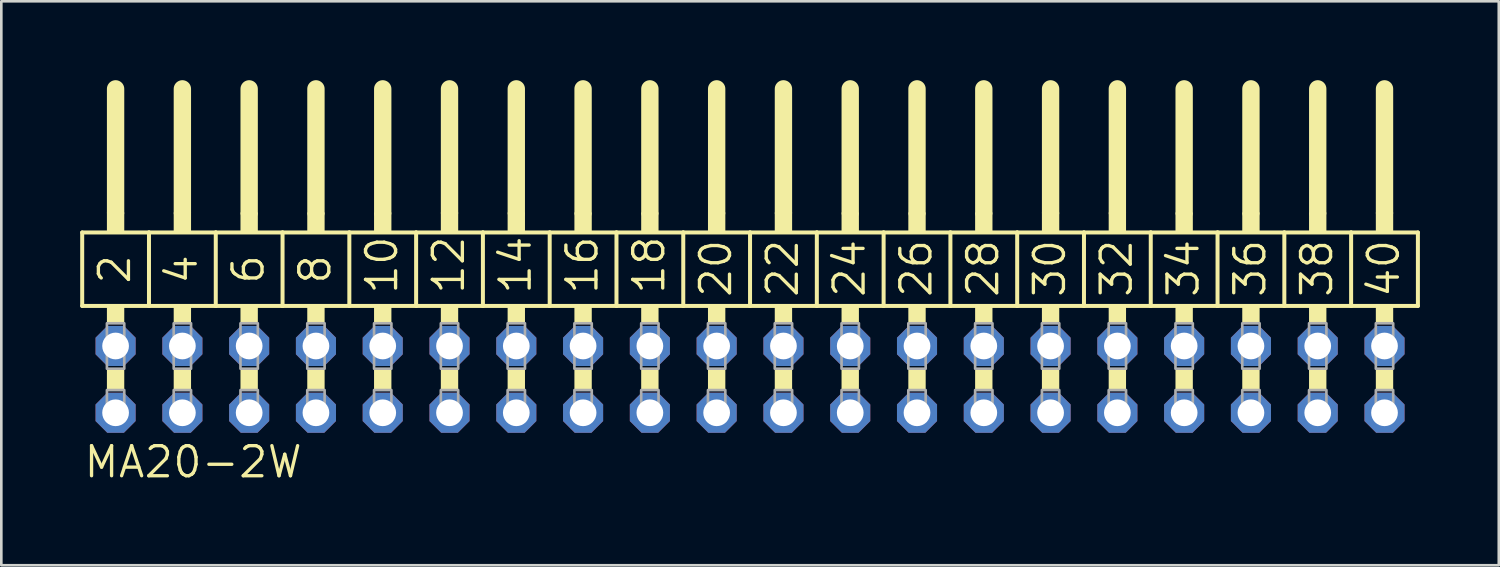
<source format=kicad_pcb>
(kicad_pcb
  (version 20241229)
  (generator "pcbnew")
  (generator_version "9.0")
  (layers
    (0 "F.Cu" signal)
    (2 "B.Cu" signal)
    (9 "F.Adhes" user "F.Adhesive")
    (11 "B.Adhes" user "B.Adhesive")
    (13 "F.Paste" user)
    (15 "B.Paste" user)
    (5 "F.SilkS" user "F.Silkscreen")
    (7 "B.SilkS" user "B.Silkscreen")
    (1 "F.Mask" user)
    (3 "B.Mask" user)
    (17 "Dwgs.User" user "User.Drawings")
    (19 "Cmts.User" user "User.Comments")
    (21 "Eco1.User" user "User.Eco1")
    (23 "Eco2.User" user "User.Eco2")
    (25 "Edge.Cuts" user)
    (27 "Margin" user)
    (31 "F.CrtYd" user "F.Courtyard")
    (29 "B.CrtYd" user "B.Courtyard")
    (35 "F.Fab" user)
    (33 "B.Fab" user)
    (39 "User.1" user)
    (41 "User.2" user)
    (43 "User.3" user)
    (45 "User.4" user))
  (footprint "MA20-2W"
    (layer "F.Cu")
    (at 25.476 11.379)
    (property "Reference" "MA20-2W" (at -25.4 3.81 0) (layer "F.SilkS") (effects (font (size 1.143 1.143) (thickness 0.127)) (justify left bottom)))
    (fp_line (start -25.4 -5.588) (end -22.86 -5.588) (stroke (width 0.152) (type solid)) (layer "F.SilkS"))
    (fp_line (start -25.4 -2.794) (end -25.4 -5.588) (stroke (width 0.152) (type solid)) (layer "F.SilkS"))
    (fp_line (start -24.13 -6.35) (end -24.13 -11.049) (stroke (width 0.66) (type solid)) (layer "F.SilkS"))
    (fp_line (start -22.86 -5.588) (end -20.32 -5.588) (stroke (width 0.152) (type solid)) (layer "F.SilkS"))
    (fp_line (start -22.86 -2.794) (end -25.4 -2.794) (stroke (width 0.152) (type solid)) (layer "F.SilkS"))
    (fp_line (start -22.86 -2.794) (end -22.86 -5.588) (stroke (width 0.152) (type solid)) (layer "F.SilkS"))
    (fp_line (start -22.86 -2.794) (end -20.32 -2.794) (stroke (width 0.152) (type solid)) (layer "F.SilkS"))
    (fp_line (start -21.59 -6.35) (end -21.59 -11.049) (stroke (width 0.66) (type solid)) (layer "F.SilkS"))
    (fp_line (start -20.32 -5.588) (end -17.78 -5.588) (stroke (width 0.152) (type solid)) (layer "F.SilkS"))
    (fp_line (start -20.32 -2.794) (end -20.32 -5.588) (stroke (width 0.152) (type solid)) (layer "F.SilkS"))
    (fp_line (start -19.05 -6.35) (end -19.05 -11.049) (stroke (width 0.66) (type solid)) (layer "F.SilkS"))
    (fp_line (start -17.78 -5.588) (end -15.24 -5.588) (stroke (width 0.152) (type solid)) (layer "F.SilkS"))
    (fp_line (start -17.78 -2.794) (end -20.32 -2.794) (stroke (width 0.152) (type solid)) (layer "F.SilkS"))
    (fp_line (start -17.78 -2.794) (end -17.78 -5.588) (stroke (width 0.152) (type solid)) (layer "F.SilkS"))
    (fp_line (start -16.51 -6.35) (end -16.51 -11.049) (stroke (width 0.66) (type solid)) (layer "F.SilkS"))
    (fp_line (start -15.24 -5.588) (end -12.7 -5.588) (stroke (width 0.152) (type solid)) (layer "F.SilkS"))
    (fp_line (start -15.24 -2.794) (end -17.78 -2.794) (stroke (width 0.152) (type solid)) (layer "F.SilkS"))
    (fp_line (start -15.24 -2.794) (end -15.24 -5.588) (stroke (width 0.152) (type solid)) (layer "F.SilkS"))
    (fp_line (start -13.97 -6.35) (end -13.97 -11.049) (stroke (width 0.66) (type solid)) (layer "F.SilkS"))
    (fp_line (start -12.7 -5.588) (end -10.16 -5.588) (stroke (width 0.152) (type solid)) (layer "F.SilkS"))
    (fp_line (start -12.7 -2.794) (end -15.24 -2.794) (stroke (width 0.152) (type solid)) (layer "F.SilkS"))
    (fp_line (start -12.7 -2.794) (end -12.7 -5.588) (stroke (width 0.152) (type solid)) (layer "F.SilkS"))
    (fp_line (start -11.43 -6.35) (end -11.43 -11.049) (stroke (width 0.66) (type solid)) (layer "F.SilkS"))
    (fp_line (start -10.16 -5.588) (end -7.62 -5.588) (stroke (width 0.152) (type solid)) (layer "F.SilkS"))
    (fp_line (start -10.16 -2.794) (end -12.7 -2.794) (stroke (width 0.152) (type solid)) (layer "F.SilkS"))
    (fp_line (start -10.16 -2.794) (end -10.16 -5.588) (stroke (width 0.152) (type solid)) (layer "F.SilkS"))
    (fp_line (start -10.16 -2.794) (end -7.62 -2.794) (stroke (width 0.152) (type solid)) (layer "F.SilkS"))
    (fp_line (start -8.89 -6.35) (end -8.89 -11.049) (stroke (width 0.66) (type solid)) (layer "F.SilkS"))
    (fp_line (start -7.62 -5.588) (end -5.08 -5.588) (stroke (width 0.152) (type solid)) (layer "F.SilkS"))
    (fp_line (start -7.62 -2.794) (end -7.62 -5.588) (stroke (width 0.152) (type solid)) (layer "F.SilkS"))
    (fp_line (start -6.35 -6.35) (end -6.35 -11.049) (stroke (width 0.66) (type solid)) (layer "F.SilkS"))
    (fp_line (start -5.08 -5.588) (end -2.54 -5.588) (stroke (width 0.152) (type solid)) (layer "F.SilkS"))
    (fp_line (start -5.08 -2.794) (end -7.62 -2.794) (stroke (width 0.152) (type solid)) (layer "F.SilkS"))
    (fp_line (start -5.08 -2.794) (end -5.08 -5.588) (stroke (width 0.152) (type solid)) (layer "F.SilkS"))
    (fp_line (start -3.81 -6.35) (end -3.81 -11.049) (stroke (width 0.66) (type solid)) (layer "F.SilkS"))
    (fp_line (start -2.54 -5.588) (end 0 -5.588) (stroke (width 0.152) (type solid)) (layer "F.SilkS"))
    (fp_line (start -2.54 -2.794) (end -5.08 -2.794) (stroke (width 0.152) (type solid)) (layer "F.SilkS"))
    (fp_line (start -2.54 -2.794) (end -2.54 -5.588) (stroke (width 0.152) (type solid)) (layer "F.SilkS"))
    (fp_line (start -1.27 -6.35) (end -1.27 -11.049) (stroke (width 0.66) (type solid)) (layer "F.SilkS"))
    (fp_line (start 0 -5.588) (end 2.54 -5.588) (stroke (width 0.152) (type solid)) (layer "F.SilkS"))
    (fp_line (start 0 -2.794) (end -2.54 -2.794) (stroke (width 0.152) (type solid)) (layer "F.SilkS"))
    (fp_line (start 0 -2.794) (end 0 -5.588) (stroke (width 0.152) (type solid)) (layer "F.SilkS"))
    (fp_line (start 1.27 -6.35) (end 1.27 -11.049) (stroke (width 0.66) (type solid)) (layer "F.SilkS"))
    (fp_line (start 2.54 -5.588) (end 5.08 -5.588) (stroke (width 0.152) (type solid)) (layer "F.SilkS"))
    (fp_line (start 2.54 -2.794) (end 0 -2.794) (stroke (width 0.152) (type solid)) (layer "F.SilkS"))
    (fp_line (start 2.54 -2.794) (end 2.54 -5.588) (stroke (width 0.152) (type solid)) (layer "F.SilkS"))
    (fp_line (start 2.54 -2.794) (end 5.08 -2.794) (stroke (width 0.152) (type solid)) (layer "F.SilkS"))
    (fp_line (start 3.81 -6.35) (end 3.81 -11.049) (stroke (width 0.66) (type solid)) (layer "F.SilkS"))
    (fp_line (start 5.08 -5.588) (end 7.62 -5.588) (stroke (width 0.152) (type solid)) (layer "F.SilkS"))
    (fp_line (start 5.08 -2.794) (end 5.08 -5.588) (stroke (width 0.152) (type solid)) (layer "F.SilkS"))
    (fp_line (start 6.35 -6.35) (end 6.35 -11.049) (stroke (width 0.66) (type solid)) (layer "F.SilkS"))
    (fp_line (start 7.62 -5.588) (end 10.16 -5.588) (stroke (width 0.152) (type solid)) (layer "F.SilkS"))
    (fp_line (start 7.62 -2.794) (end 5.08 -2.794) (stroke (width 0.152) (type solid)) (layer "F.SilkS"))
    (fp_line (start 7.62 -2.794) (end 7.62 -5.588) (stroke (width 0.152) (type solid)) (layer "F.SilkS"))
    (fp_line (start 8.89 -6.35) (end 8.89 -11.049) (stroke (width 0.66) (type solid)) (layer "F.SilkS"))
    (fp_line (start 10.16 -5.588) (end 12.7 -5.588) (stroke (width 0.152) (type solid)) (layer "F.SilkS"))
    (fp_line (start 10.16 -2.794) (end 7.62 -2.794) (stroke (width 0.152) (type solid)) (layer "F.SilkS"))
    (fp_line (start 10.16 -2.794) (end 10.16 -5.588) (stroke (width 0.152) (type solid)) (layer "F.SilkS"))
    (fp_line (start 11.43 -6.35) (end 11.43 -11.049) (stroke (width 0.66) (type solid)) (layer "F.SilkS"))
    (fp_line (start 12.7 -5.588) (end 15.24 -5.588) (stroke (width 0.152) (type solid)) (layer "F.SilkS"))
    (fp_line (start 12.7 -2.794) (end 10.16 -2.794) (stroke (width 0.152) (type solid)) (layer "F.SilkS"))
    (fp_line (start 12.7 -2.794) (end 12.7 -5.588) (stroke (width 0.152) (type solid)) (layer "F.SilkS"))
    (fp_line (start 13.97 -6.35) (end 13.97 -11.049) (stroke (width 0.66) (type solid)) (layer "F.SilkS"))
    (fp_line (start 15.24 -5.588) (end 17.78 -5.588) (stroke (width 0.152) (type solid)) (layer "F.SilkS"))
    (fp_line (start 15.24 -2.794) (end 12.7 -2.794) (stroke (width 0.152) (type solid)) (layer "F.SilkS"))
    (fp_line (start 15.24 -2.794) (end 15.24 -5.588) (stroke (width 0.152) (type solid)) (layer "F.SilkS"))
    (fp_line (start 15.24 -2.794) (end 17.78 -2.794) (stroke (width 0.152) (type solid)) (layer "F.SilkS"))
    (fp_line (start 16.51 -6.35) (end 16.51 -11.049) (stroke (width 0.66) (type solid)) (layer "F.SilkS"))
    (fp_line (start 17.78 -5.588) (end 20.32 -5.588) (stroke (width 0.152) (type solid)) (layer "F.SilkS"))
    (fp_line (start 17.78 -2.794) (end 17.78 -5.588) (stroke (width 0.152) (type solid)) (layer "F.SilkS"))
    (fp_line (start 19.05 -6.35) (end 19.05 -11.049) (stroke (width 0.66) (type solid)) (layer "F.SilkS"))
    (fp_line (start 20.32 -5.588) (end 22.86 -5.588) (stroke (width 0.152) (type solid)) (layer "F.SilkS"))
    (fp_line (start 20.32 -2.794) (end 17.78 -2.794) (stroke (width 0.152) (type solid)) (layer "F.SilkS"))
    (fp_line (start 20.32 -2.794) (end 20.32 -5.588) (stroke (width 0.152) (type solid)) (layer "F.SilkS"))
    (fp_line (start 21.59 -6.35) (end 21.59 -11.049) (stroke (width 0.66) (type solid)) (layer "F.SilkS"))
    (fp_line (start 22.86 -5.588) (end 25.4 -5.588) (stroke (width 0.152) (type solid)) (layer "F.SilkS"))
    (fp_line (start 22.86 -2.794) (end 20.32 -2.794) (stroke (width 0.152) (type solid)) (layer "F.SilkS"))
    (fp_line (start 22.86 -2.794) (end 22.86 -5.588) (stroke (width 0.152) (type solid)) (layer "F.SilkS"))
    (fp_line (start 24.13 -6.35) (end 24.13 -11.049) (stroke (width 0.66) (type solid)) (layer "F.SilkS"))
    (fp_line (start 25.4 -2.794) (end 22.86 -2.794) (stroke (width 0.152) (type solid)) (layer "F.SilkS"))
    (fp_line (start 25.4 -2.794) (end 25.4 -5.588) (stroke (width 0.152) (type solid)) (layer "F.SilkS"))
    (fp_poly (pts (xy -24.46 -5.588) (xy -23.8 -5.588) (xy -23.8 -6.35) (xy -24.46 -6.35)) (stroke (width 0) (type default)) (fill yes) (layer "F.SilkS"))
    (fp_poly (pts (xy -24.46 -2.134) (xy -23.8 -2.134) (xy -23.8 -2.794) (xy -24.46 -2.794)) (stroke (width 0) (type default)) (fill yes) (layer "F.SilkS"))
    (fp_poly (pts (xy -24.46 0.406) (xy -23.8 0.406) (xy -23.8 -0.406) (xy -24.46 -0.406)) (stroke (width 0) (type default)) (fill yes) (layer "F.SilkS"))
    (fp_poly (pts (xy -21.92 -5.588) (xy -21.26 -5.588) (xy -21.26 -6.35) (xy -21.92 -6.35)) (stroke (width 0) (type default)) (fill yes) (layer "F.SilkS"))
    (fp_poly (pts (xy -21.92 -2.134) (xy -21.26 -2.134) (xy -21.26 -2.794) (xy -21.92 -2.794)) (stroke (width 0) (type default)) (fill yes) (layer "F.SilkS"))
    (fp_poly (pts (xy -21.92 0.406) (xy -21.26 0.406) (xy -21.26 -0.406) (xy -21.92 -0.406)) (stroke (width 0) (type default)) (fill yes) (layer "F.SilkS"))
    (fp_poly (pts (xy -19.38 -5.588) (xy -18.72 -5.588) (xy -18.72 -6.35) (xy -19.38 -6.35)) (stroke (width 0) (type default)) (fill yes) (layer "F.SilkS"))
    (fp_poly (pts (xy -19.38 -2.134) (xy -18.72 -2.134) (xy -18.72 -2.794) (xy -19.38 -2.794)) (stroke (width 0) (type default)) (fill yes) (layer "F.SilkS"))
    (fp_poly (pts (xy -19.38 0.406) (xy -18.72 0.406) (xy -18.72 -0.406) (xy -19.38 -0.406)) (stroke (width 0) (type default)) (fill yes) (layer "F.SilkS"))
    (fp_poly (pts (xy -16.84 -5.588) (xy -16.18 -5.588) (xy -16.18 -6.35) (xy -16.84 -6.35)) (stroke (width 0) (type default)) (fill yes) (layer "F.SilkS"))
    (fp_poly (pts (xy -16.84 -2.134) (xy -16.18 -2.134) (xy -16.18 -2.794) (xy -16.84 -2.794)) (stroke (width 0) (type default)) (fill yes) (layer "F.SilkS"))
    (fp_poly (pts (xy -16.84 0.406) (xy -16.18 0.406) (xy -16.18 -0.406) (xy -16.84 -0.406)) (stroke (width 0) (type default)) (fill yes) (layer "F.SilkS"))
    (fp_poly (pts (xy -14.3 -5.588) (xy -13.64 -5.588) (xy -13.64 -6.35) (xy -14.3 -6.35)) (stroke (width 0) (type default)) (fill yes) (layer "F.SilkS"))
    (fp_poly (pts (xy -14.3 -2.134) (xy -13.64 -2.134) (xy -13.64 -2.794) (xy -14.3 -2.794)) (stroke (width 0) (type default)) (fill yes) (layer "F.SilkS"))
    (fp_poly (pts (xy -14.3 0.406) (xy -13.64 0.406) (xy -13.64 -0.406) (xy -14.3 -0.406)) (stroke (width 0) (type default)) (fill yes) (layer "F.SilkS"))
    (fp_poly (pts (xy -11.76 -5.588) (xy -11.1 -5.588) (xy -11.1 -6.35) (xy -11.76 -6.35)) (stroke (width 0) (type default)) (fill yes) (layer "F.SilkS"))
    (fp_poly (pts (xy -11.76 -2.134) (xy -11.1 -2.134) (xy -11.1 -2.794) (xy -11.76 -2.794)) (stroke (width 0) (type default)) (fill yes) (layer "F.SilkS"))
    (fp_poly (pts (xy -11.76 0.406) (xy -11.1 0.406) (xy -11.1 -0.406) (xy -11.76 -0.406)) (stroke (width 0) (type default)) (fill yes) (layer "F.SilkS"))
    (fp_poly (pts (xy -9.22 -5.588) (xy -8.56 -5.588) (xy -8.56 -6.35) (xy -9.22 -6.35)) (stroke (width 0) (type default)) (fill yes) (layer "F.SilkS"))
    (fp_poly (pts (xy -9.22 -2.134) (xy -8.56 -2.134) (xy -8.56 -2.794) (xy -9.22 -2.794)) (stroke (width 0) (type default)) (fill yes) (layer "F.SilkS"))
    (fp_poly (pts (xy -9.22 0.406) (xy -8.56 0.406) (xy -8.56 -0.406) (xy -9.22 -0.406)) (stroke (width 0) (type default)) (fill yes) (layer "F.SilkS"))
    (fp_poly (pts (xy -6.68 -5.588) (xy -6.02 -5.588) (xy -6.02 -6.35) (xy -6.68 -6.35)) (stroke (width 0) (type default)) (fill yes) (layer "F.SilkS"))
    (fp_poly (pts (xy -6.68 -2.134) (xy -6.02 -2.134) (xy -6.02 -2.794) (xy -6.68 -2.794)) (stroke (width 0) (type default)) (fill yes) (layer "F.SilkS"))
    (fp_poly (pts (xy -6.68 0.406) (xy -6.02 0.406) (xy -6.02 -0.406) (xy -6.68 -0.406)) (stroke (width 0) (type default)) (fill yes) (layer "F.SilkS"))
    (fp_poly (pts (xy -4.14 -5.588) (xy -3.48 -5.588) (xy -3.48 -6.35) (xy -4.14 -6.35)) (stroke (width 0) (type default)) (fill yes) (layer "F.SilkS"))
    (fp_poly (pts (xy -4.14 -2.134) (xy -3.48 -2.134) (xy -3.48 -2.794) (xy -4.14 -2.794)) (stroke (width 0) (type default)) (fill yes) (layer "F.SilkS"))
    (fp_poly (pts (xy -4.14 0.406) (xy -3.48 0.406) (xy -3.48 -0.406) (xy -4.14 -0.406)) (stroke (width 0) (type default)) (fill yes) (layer "F.SilkS"))
    (fp_poly (pts (xy -1.6 -5.588) (xy -0.94 -5.588) (xy -0.94 -6.35) (xy -1.6 -6.35)) (stroke (width 0) (type default)) (fill yes) (layer "F.SilkS"))
    (fp_poly (pts (xy -1.6 -2.134) (xy -0.94 -2.134) (xy -0.94 -2.794) (xy -1.6 -2.794)) (stroke (width 0) (type default)) (fill yes) (layer "F.SilkS"))
    (fp_poly (pts (xy -1.6 0.406) (xy -0.94 0.406) (xy -0.94 -0.406) (xy -1.6 -0.406)) (stroke (width 0) (type default)) (fill yes) (layer "F.SilkS"))
    (fp_poly (pts (xy 0.94 -5.588) (xy 1.6 -5.588) (xy 1.6 -6.35) (xy 0.94 -6.35)) (stroke (width 0) (type default)) (fill yes) (layer "F.SilkS"))
    (fp_poly (pts (xy 0.94 -2.134) (xy 1.6 -2.134) (xy 1.6 -2.794) (xy 0.94 -2.794)) (stroke (width 0) (type default)) (fill yes) (layer "F.SilkS"))
    (fp_poly (pts (xy 0.94 0.406) (xy 1.6 0.406) (xy 1.6 -0.406) (xy 0.94 -0.406)) (stroke (width 0) (type default)) (fill yes) (layer "F.SilkS"))
    (fp_poly (pts (xy 3.48 -5.588) (xy 4.14 -5.588) (xy 4.14 -6.35) (xy 3.48 -6.35)) (stroke (width 0) (type default)) (fill yes) (layer "F.SilkS"))
    (fp_poly (pts (xy 3.48 -2.134) (xy 4.14 -2.134) (xy 4.14 -2.794) (xy 3.48 -2.794)) (stroke (width 0) (type default)) (fill yes) (layer "F.SilkS"))
    (fp_poly (pts (xy 3.48 0.406) (xy 4.14 0.406) (xy 4.14 -0.406) (xy 3.48 -0.406)) (stroke (width 0) (type default)) (fill yes) (layer "F.SilkS"))
    (fp_poly (pts (xy 6.02 -5.588) (xy 6.68 -5.588) (xy 6.68 -6.35) (xy 6.02 -6.35)) (stroke (width 0) (type default)) (fill yes) (layer "F.SilkS"))
    (fp_poly (pts (xy 6.02 -2.134) (xy 6.68 -2.134) (xy 6.68 -2.794) (xy 6.02 -2.794)) (stroke (width 0) (type default)) (fill yes) (layer "F.SilkS"))
    (fp_poly (pts (xy 6.02 0.406) (xy 6.68 0.406) (xy 6.68 -0.406) (xy 6.02 -0.406)) (stroke (width 0) (type default)) (fill yes) (layer "F.SilkS"))
    (fp_poly (pts (xy 8.56 -5.588) (xy 9.22 -5.588) (xy 9.22 -6.35) (xy 8.56 -6.35)) (stroke (width 0) (type default)) (fill yes) (layer "F.SilkS"))
    (fp_poly (pts (xy 8.56 -2.134) (xy 9.22 -2.134) (xy 9.22 -2.794) (xy 8.56 -2.794)) (stroke (width 0) (type default)) (fill yes) (layer "F.SilkS"))
    (fp_poly (pts (xy 8.56 0.406) (xy 9.22 0.406) (xy 9.22 -0.406) (xy 8.56 -0.406)) (stroke (width 0) (type default)) (fill yes) (layer "F.SilkS"))
    (fp_poly (pts (xy 11.1 -5.588) (xy 11.76 -5.588) (xy 11.76 -6.35) (xy 11.1 -6.35)) (stroke (width 0) (type default)) (fill yes) (layer "F.SilkS"))
    (fp_poly (pts (xy 11.1 -2.134) (xy 11.76 -2.134) (xy 11.76 -2.794) (xy 11.1 -2.794)) (stroke (width 0) (type default)) (fill yes) (layer "F.SilkS"))
    (fp_poly (pts (xy 11.1 0.406) (xy 11.76 0.406) (xy 11.76 -0.406) (xy 11.1 -0.406)) (stroke (width 0) (type default)) (fill yes) (layer "F.SilkS"))
    (fp_poly (pts (xy 13.64 -5.588) (xy 14.3 -5.588) (xy 14.3 -6.35) (xy 13.64 -6.35)) (stroke (width 0) (type default)) (fill yes) (layer "F.SilkS"))
    (fp_poly (pts (xy 13.64 -2.134) (xy 14.3 -2.134) (xy 14.3 -2.794) (xy 13.64 -2.794)) (stroke (width 0) (type default)) (fill yes) (layer "F.SilkS"))
    (fp_poly (pts (xy 13.64 0.406) (xy 14.3 0.406) (xy 14.3 -0.406) (xy 13.64 -0.406)) (stroke (width 0) (type default)) (fill yes) (layer "F.SilkS"))
    (fp_poly (pts (xy 16.18 -5.588) (xy 16.84 -5.588) (xy 16.84 -6.35) (xy 16.18 -6.35)) (stroke (width 0) (type default)) (fill yes) (layer "F.SilkS"))
    (fp_poly (pts (xy 16.18 -2.134) (xy 16.84 -2.134) (xy 16.84 -2.794) (xy 16.18 -2.794)) (stroke (width 0) (type default)) (fill yes) (layer "F.SilkS"))
    (fp_poly (pts (xy 16.18 0.406) (xy 16.84 0.406) (xy 16.84 -0.406) (xy 16.18 -0.406)) (stroke (width 0) (type default)) (fill yes) (layer "F.SilkS"))
    (fp_poly (pts (xy 18.72 -5.588) (xy 19.38 -5.588) (xy 19.38 -6.35) (xy 18.72 -6.35)) (stroke (width 0) (type default)) (fill yes) (layer "F.SilkS"))
    (fp_poly (pts (xy 18.72 -2.134) (xy 19.38 -2.134) (xy 19.38 -2.794) (xy 18.72 -2.794)) (stroke (width 0) (type default)) (fill yes) (layer "F.SilkS"))
    (fp_poly (pts (xy 18.72 0.406) (xy 19.38 0.406) (xy 19.38 -0.406) (xy 18.72 -0.406)) (stroke (width 0) (type default)) (fill yes) (layer "F.SilkS"))
    (fp_poly (pts (xy 21.26 -5.588) (xy 21.92 -5.588) (xy 21.92 -6.35) (xy 21.26 -6.35)) (stroke (width 0) (type default)) (fill yes) (layer "F.SilkS"))
    (fp_poly (pts (xy 21.26 -2.134) (xy 21.92 -2.134) (xy 21.92 -2.794) (xy 21.26 -2.794)) (stroke (width 0) (type default)) (fill yes) (layer "F.SilkS"))
    (fp_poly (pts (xy 21.26 0.406) (xy 21.92 0.406) (xy 21.92 -0.406) (xy 21.26 -0.406)) (stroke (width 0) (type default)) (fill yes) (layer "F.SilkS"))
    (fp_poly (pts (xy 23.8 -5.588) (xy 24.46 -5.588) (xy 24.46 -6.35) (xy 23.8 -6.35)) (stroke (width 0) (type default)) (fill yes) (layer "F.SilkS"))
    (fp_poly (pts (xy 23.8 -2.134) (xy 24.46 -2.134) (xy 24.46 -2.794) (xy 23.8 -2.794)) (stroke (width 0) (type default)) (fill yes) (layer "F.SilkS"))
    (fp_poly (pts (xy 23.8 0.406) (xy 24.46 0.406) (xy 24.46 -0.406) (xy 23.8 -0.406)) (stroke (width 0) (type default)) (fill yes) (layer "F.SilkS"))
    (fp_poly (pts (xy -24.46 -0.406) (xy -23.8 -0.406) (xy -23.8 -2.134) (xy -24.46 -2.134)) (stroke (width 0.1) (type default)) (fill no) (layer "F.Fab"))
    (fp_poly (pts (xy -24.46 1.575) (xy -23.8 1.575) (xy -23.8 0.406) (xy -24.46 0.406)) (stroke (width 0.1) (type default)) (fill no) (layer "F.Fab"))
    (fp_poly (pts (xy -21.92 -0.406) (xy -21.26 -0.406) (xy -21.26 -2.134) (xy -21.92 -2.134)) (stroke (width 0.1) (type default)) (fill no) (layer "F.Fab"))
    (fp_poly (pts (xy -21.92 1.575) (xy -21.26 1.575) (xy -21.26 0.406) (xy -21.92 0.406)) (stroke (width 0.1) (type default)) (fill no) (layer "F.Fab"))
    (fp_poly (pts (xy -19.38 -0.406) (xy -18.72 -0.406) (xy -18.72 -2.134) (xy -19.38 -2.134)) (stroke (width 0.1) (type default)) (fill no) (layer "F.Fab"))
    (fp_poly (pts (xy -19.38 1.575) (xy -18.72 1.575) (xy -18.72 0.406) (xy -19.38 0.406)) (stroke (width 0.1) (type default)) (fill no) (layer "F.Fab"))
    (fp_poly (pts (xy -16.84 -0.406) (xy -16.18 -0.406) (xy -16.18 -2.134) (xy -16.84 -2.134)) (stroke (width 0.1) (type default)) (fill no) (layer "F.Fab"))
    (fp_poly (pts (xy -16.84 1.575) (xy -16.18 1.575) (xy -16.18 0.406) (xy -16.84 0.406)) (stroke (width 0.1) (type default)) (fill no) (layer "F.Fab"))
    (fp_poly (pts (xy -14.3 -0.406) (xy -13.64 -0.406) (xy -13.64 -2.134) (xy -14.3 -2.134)) (stroke (width 0.1) (type default)) (fill no) (layer "F.Fab"))
    (fp_poly (pts (xy -14.3 1.575) (xy -13.64 1.575) (xy -13.64 0.406) (xy -14.3 0.406)) (stroke (width 0.1) (type default)) (fill no) (layer "F.Fab"))
    (fp_poly (pts (xy -11.76 -0.406) (xy -11.1 -0.406) (xy -11.1 -2.134) (xy -11.76 -2.134)) (stroke (width 0.1) (type default)) (fill no) (layer "F.Fab"))
    (fp_poly (pts (xy -11.76 1.575) (xy -11.1 1.575) (xy -11.1 0.406) (xy -11.76 0.406)) (stroke (width 0.1) (type default)) (fill no) (layer "F.Fab"))
    (fp_poly (pts (xy -9.22 -0.406) (xy -8.56 -0.406) (xy -8.56 -2.134) (xy -9.22 -2.134)) (stroke (width 0.1) (type default)) (fill no) (layer "F.Fab"))
    (fp_poly (pts (xy -9.22 1.575) (xy -8.56 1.575) (xy -8.56 0.406) (xy -9.22 0.406)) (stroke (width 0.1) (type default)) (fill no) (layer "F.Fab"))
    (fp_poly (pts (xy -6.68 -0.406) (xy -6.02 -0.406) (xy -6.02 -2.134) (xy -6.68 -2.134)) (stroke (width 0.1) (type default)) (fill no) (layer "F.Fab"))
    (fp_poly (pts (xy -6.68 1.575) (xy -6.02 1.575) (xy -6.02 0.406) (xy -6.68 0.406)) (stroke (width 0.1) (type default)) (fill no) (layer "F.Fab"))
    (fp_poly (pts (xy -4.14 -0.406) (xy -3.48 -0.406) (xy -3.48 -2.134) (xy -4.14 -2.134)) (stroke (width 0.1) (type default)) (fill no) (layer "F.Fab"))
    (fp_poly (pts (xy -4.14 1.575) (xy -3.48 1.575) (xy -3.48 0.406) (xy -4.14 0.406)) (stroke (width 0.1) (type default)) (fill no) (layer "F.Fab"))
    (fp_poly (pts (xy -1.6 -0.406) (xy -0.94 -0.406) (xy -0.94 -2.134) (xy -1.6 -2.134)) (stroke (width 0.1) (type default)) (fill no) (layer "F.Fab"))
    (fp_poly (pts (xy -1.6 1.575) (xy -0.94 1.575) (xy -0.94 0.406) (xy -1.6 0.406)) (stroke (width 0.1) (type default)) (fill no) (layer "F.Fab"))
    (fp_poly (pts (xy 0.94 -0.406) (xy 1.6 -0.406) (xy 1.6 -2.134) (xy 0.94 -2.134)) (stroke (width 0.1) (type default)) (fill no) (layer "F.Fab"))
    (fp_poly (pts (xy 0.94 1.575) (xy 1.6 1.575) (xy 1.6 0.406) (xy 0.94 0.406)) (stroke (width 0.1) (type default)) (fill no) (layer "F.Fab"))
    (fp_poly (pts (xy 3.48 -0.406) (xy 4.14 -0.406) (xy 4.14 -2.134) (xy 3.48 -2.134)) (stroke (width 0.1) (type default)) (fill no) (layer "F.Fab"))
    (fp_poly (pts (xy 3.48 1.575) (xy 4.14 1.575) (xy 4.14 0.406) (xy 3.48 0.406)) (stroke (width 0.1) (type default)) (fill no) (layer "F.Fab"))
    (fp_poly (pts (xy 6.02 -0.406) (xy 6.68 -0.406) (xy 6.68 -2.134) (xy 6.02 -2.134)) (stroke (width 0.1) (type default)) (fill no) (layer "F.Fab"))
    (fp_poly (pts (xy 6.02 1.575) (xy 6.68 1.575) (xy 6.68 0.406) (xy 6.02 0.406)) (stroke (width 0.1) (type default)) (fill no) (layer "F.Fab"))
    (fp_poly (pts (xy 8.56 -0.406) (xy 9.22 -0.406) (xy 9.22 -2.134) (xy 8.56 -2.134)) (stroke (width 0.1) (type default)) (fill no) (layer "F.Fab"))
    (fp_poly (pts (xy 8.56 1.575) (xy 9.22 1.575) (xy 9.22 0.406) (xy 8.56 0.406)) (stroke (width 0.1) (type default)) (fill no) (layer "F.Fab"))
    (fp_poly (pts (xy 11.1 -0.406) (xy 11.76 -0.406) (xy 11.76 -2.134) (xy 11.1 -2.134)) (stroke (width 0.1) (type default)) (fill no) (layer "F.Fab"))
    (fp_poly (pts (xy 11.1 1.575) (xy 11.76 1.575) (xy 11.76 0.406) (xy 11.1 0.406)) (stroke (width 0.1) (type default)) (fill no) (layer "F.Fab"))
    (fp_poly (pts (xy 13.64 -0.406) (xy 14.3 -0.406) (xy 14.3 -2.134) (xy 13.64 -2.134)) (stroke (width 0.1) (type default)) (fill no) (layer "F.Fab"))
    (fp_poly (pts (xy 13.64 1.575) (xy 14.3 1.575) (xy 14.3 0.406) (xy 13.64 0.406)) (stroke (width 0.1) (type default)) (fill no) (layer "F.Fab"))
    (fp_poly (pts (xy 16.18 -0.406) (xy 16.84 -0.406) (xy 16.84 -2.134) (xy 16.18 -2.134)) (stroke (width 0.1) (type default)) (fill no) (layer "F.Fab"))
    (fp_poly (pts (xy 16.18 1.575) (xy 16.84 1.575) (xy 16.84 0.406) (xy 16.18 0.406)) (stroke (width 0.1) (type default)) (fill no) (layer "F.Fab"))
    (fp_poly (pts (xy 18.72 -0.406) (xy 19.38 -0.406) (xy 19.38 -2.134) (xy 18.72 -2.134)) (stroke (width 0.1) (type default)) (fill no) (layer "F.Fab"))
    (fp_poly (pts (xy 18.72 1.575) (xy 19.38 1.575) (xy 19.38 0.406) (xy 18.72 0.406)) (stroke (width 0.1) (type default)) (fill no) (layer "F.Fab"))
    (fp_poly (pts (xy 21.26 -0.406) (xy 21.92 -0.406) (xy 21.92 -2.134) (xy 21.26 -2.134)) (stroke (width 0.1) (type default)) (fill no) (layer "F.Fab"))
    (fp_poly (pts (xy 21.26 1.575) (xy 21.92 1.575) (xy 21.92 0.406) (xy 21.26 0.406)) (stroke (width 0.1) (type default)) (fill no) (layer "F.Fab"))
    (fp_poly (pts (xy 23.8 -0.406) (xy 24.46 -0.406) (xy 24.46 -2.134) (xy 23.8 -2.134)) (stroke (width 0.1) (type default)) (fill no) (layer "F.Fab"))
    (fp_poly (pts (xy 23.8 1.575) (xy 24.46 1.575) (xy 24.46 0.406) (xy 23.8 0.406)) (stroke (width 0.1) (type default)) (fill no) (layer "F.Fab"))
    (fp_text user "28" (at 9.525 -3.048 90) (layer "F.SilkS") (effects (font (size 1.143 1.143) (thickness 0.127)) (justify left bottom)))
    (fp_text user "34" (at 17.145 -3.048 90) (layer "F.SilkS") (effects (font (size 1.143 1.143) (thickness 0.127)) (justify left bottom)))
    (fp_text user "12" (at -10.795 -3.175 90) (layer "F.SilkS") (effects (font (size 1.143 1.143) (thickness 0.127)) (justify left bottom)))
    (fp_text user "26" (at 6.985 -3.048 90) (layer "F.SilkS") (effects (font (size 1.143 1.143) (thickness 0.127)) (justify left bottom)))
    (fp_text user "14" (at -8.255 -3.175 90) (layer "F.SilkS") (effects (font (size 1.143 1.143) (thickness 0.127)) (justify left bottom)))
    (fp_text user "32" (at 14.605 -3.048 90) (layer "F.SilkS") (effects (font (size 1.143 1.143) (thickness 0.127)) (justify left bottom)))
    (fp_text user "30" (at 12.065 -3.048 90) (layer "F.SilkS") (effects (font (size 1.143 1.143) (thickness 0.127)) (justify left bottom)))
    (fp_text user "18" (at -3.175 -3.175 90) (layer "F.SilkS") (effects (font (size 1.143 1.143) (thickness 0.127)) (justify left bottom)))
    (fp_text user "20" (at -0.635 -3.048 90) (layer "F.SilkS") (effects (font (size 1.143 1.143) (thickness 0.127)) (justify left bottom)))
    (fp_text user "40" (at 24.765 -3.048 90) (layer "F.SilkS") (effects (font (size 1.143 1.143) (thickness 0.127)) (justify left bottom)))
    (fp_text user "4" (at -20.955 -3.556 90) (layer "F.SilkS") (effects (font (size 1.143 1.143) (thickness 0.127)) (justify left bottom)))
    (fp_text user "36" (at 19.685 -3.048 90) (layer "F.SilkS") (effects (font (size 1.143 1.143) (thickness 0.127)) (justify left bottom)))
    (fp_text user "16" (at -5.715 -3.175 90) (layer "F.SilkS") (effects (font (size 1.143 1.143) (thickness 0.127)) (justify left bottom)))
    (fp_text user "22" (at 1.905 -3.048 90) (layer "F.SilkS") (effects (font (size 1.143 1.143) (thickness 0.127)) (justify left bottom)))
    (fp_text user "8" (at -15.875 -3.556 90) (layer "F.SilkS") (effects (font (size 1.143 1.143) (thickness 0.127)) (justify left bottom)))
    (fp_text user "38" (at 22.225 -3.048 90) (layer "F.SilkS") (effects (font (size 1.143 1.143) (thickness 0.127)) (justify left bottom)))
    (fp_text user "6" (at -18.415 -3.556 90) (layer "F.SilkS") (effects (font (size 1.143 1.143) (thickness 0.127)) (justify left bottom)))
    (fp_text user "10" (at -13.335 -3.175 90) (layer "F.SilkS") (effects (font (size 1.143 1.143) (thickness 0.127)) (justify left bottom)))
    (fp_text user "24" (at 4.445 -3.048 90) (layer "F.SilkS") (effects (font (size 1.143 1.143) (thickness 0.127)) (justify left bottom)))
    (fp_text user "2" (at -23.495 -3.556 90) (layer "F.SilkS") (effects (font (size 1.143 1.143) (thickness 0.127)) (justify left bottom)))
    (pad "1" thru_hole roundrect (at -24.13 1.27) (size 1.524 1.524) (drill 1.016) (layers "*.Cu" "*.Mask") (roundrect_rratio 0.25) (chamfer_ratio 0.293) (chamfer top_left top_right bottom_left bottom_right))
    (pad "2" thru_hole roundrect (at -24.13 -1.27) (size 1.524 1.524) (drill 1.016) (layers "*.Cu" "*.Mask") (roundrect_rratio 0.25) (chamfer_ratio 0.293) (chamfer top_left top_right bottom_left bottom_right))
    (pad "3" thru_hole roundrect (at -21.59 1.27) (size 1.524 1.524) (drill 1.016) (layers "*.Cu" "*.Mask") (roundrect_rratio 0.25) (chamfer_ratio 0.293) (chamfer top_left top_right bottom_left bottom_right))
    (pad "4" thru_hole roundrect (at -21.59 -1.27) (size 1.524 1.524) (drill 1.016) (layers "*.Cu" "*.Mask") (roundrect_rratio 0.25) (chamfer_ratio 0.293) (chamfer top_left top_right bottom_left bottom_right))
    (pad "5" thru_hole roundrect (at -19.05 1.27) (size 1.524 1.524) (drill 1.016) (layers "*.Cu" "*.Mask") (roundrect_rratio 0.25) (chamfer_ratio 0.293) (chamfer top_left top_right bottom_left bottom_right))
    (pad "6" thru_hole roundrect (at -19.05 -1.27) (size 1.524 1.524) (drill 1.016) (layers "*.Cu" "*.Mask") (roundrect_rratio 0.25) (chamfer_ratio 0.293) (chamfer top_left top_right bottom_left bottom_right))
    (pad "7" thru_hole roundrect (at -16.51 1.27) (size 1.524 1.524) (drill 1.016) (layers "*.Cu" "*.Mask") (roundrect_rratio 0.25) (chamfer_ratio 0.293) (chamfer top_left top_right bottom_left bottom_right))
    (pad "8" thru_hole roundrect (at -16.51 -1.27) (size 1.524 1.524) (drill 1.016) (layers "*.Cu" "*.Mask") (roundrect_rratio 0.25) (chamfer_ratio 0.293) (chamfer top_left top_right bottom_left bottom_right))
    (pad "9" thru_hole roundrect (at -13.97 1.27) (size 1.524 1.524) (drill 1.016) (layers "*.Cu" "*.Mask") (roundrect_rratio 0.25) (chamfer_ratio 0.293) (chamfer top_left top_right bottom_left bottom_right))
    (pad "10" thru_hole roundrect (at -13.97 -1.27) (size 1.524 1.524) (drill 1.016) (layers "*.Cu" "*.Mask") (roundrect_rratio 0.25) (chamfer_ratio 0.293) (chamfer top_left top_right bottom_left bottom_right))
    (pad "11" thru_hole roundrect (at -11.43 1.27) (size 1.524 1.524) (drill 1.016) (layers "*.Cu" "*.Mask") (roundrect_rratio 0.25) (chamfer_ratio 0.293) (chamfer top_left top_right bottom_left bottom_right))
    (pad "12" thru_hole roundrect (at -11.43 -1.27) (size 1.524 1.524) (drill 1.016) (layers "*.Cu" "*.Mask") (roundrect_rratio 0.25) (chamfer_ratio 0.293) (chamfer top_left top_right bottom_left bottom_right))
    (pad "13" thru_hole roundrect (at -8.89 1.27) (size 1.524 1.524) (drill 1.016) (layers "*.Cu" "*.Mask") (roundrect_rratio 0.25) (chamfer_ratio 0.293) (chamfer top_left top_right bottom_left bottom_right))
    (pad "14" thru_hole roundrect (at -8.89 -1.27) (size 1.524 1.524) (drill 1.016) (layers "*.Cu" "*.Mask") (roundrect_rratio 0.25) (chamfer_ratio 0.293) (chamfer top_left top_right bottom_left bottom_right))
    (pad "15" thru_hole roundrect (at -6.35 1.27) (size 1.524 1.524) (drill 1.016) (layers "*.Cu" "*.Mask") (roundrect_rratio 0.25) (chamfer_ratio 0.293) (chamfer top_left top_right bottom_left bottom_right))
    (pad "16" thru_hole roundrect (at -6.35 -1.27) (size 1.524 1.524) (drill 1.016) (layers "*.Cu" "*.Mask") (roundrect_rratio 0.25) (chamfer_ratio 0.293) (chamfer top_left top_right bottom_left bottom_right))
    (pad "17" thru_hole roundrect (at -3.81 1.27) (size 1.524 1.524) (drill 1.016) (layers "*.Cu" "*.Mask") (roundrect_rratio 0.25) (chamfer_ratio 0.293) (chamfer top_left top_right bottom_left bottom_right))
    (pad "18" thru_hole roundrect (at -3.81 -1.27) (size 1.524 1.524) (drill 1.016) (layers "*.Cu" "*.Mask") (roundrect_rratio 0.25) (chamfer_ratio 0.293) (chamfer top_left top_right bottom_left bottom_right))
    (pad "19" thru_hole roundrect (at -1.27 1.27) (size 1.524 1.524) (drill 1.016) (layers "*.Cu" "*.Mask") (roundrect_rratio 0.25) (chamfer_ratio 0.293) (chamfer top_left top_right bottom_left bottom_right))
    (pad "20" thru_hole roundrect (at -1.27 -1.27) (size 1.524 1.524) (drill 1.016) (layers "*.Cu" "*.Mask") (roundrect_rratio 0.25) (chamfer_ratio 0.293) (chamfer top_left top_right bottom_left bottom_right))
    (pad "21" thru_hole roundrect (at 1.27 1.27) (size 1.524 1.524) (drill 1.016) (layers "*.Cu" "*.Mask") (roundrect_rratio 0.25) (chamfer_ratio 0.293) (chamfer top_left top_right bottom_left bottom_right))
    (pad "22" thru_hole roundrect (at 1.27 -1.27) (size 1.524 1.524) (drill 1.016) (layers "*.Cu" "*.Mask") (roundrect_rratio 0.25) (chamfer_ratio 0.293) (chamfer top_left top_right bottom_left bottom_right))
    (pad "23" thru_hole roundrect (at 3.81 1.27) (size 1.524 1.524) (drill 1.016) (layers "*.Cu" "*.Mask") (roundrect_rratio 0.25) (chamfer_ratio 0.293) (chamfer top_left top_right bottom_left bottom_right))
    (pad "24" thru_hole roundrect (at 3.81 -1.27) (size 1.524 1.524) (drill 1.016) (layers "*.Cu" "*.Mask") (roundrect_rratio 0.25) (chamfer_ratio 0.293) (chamfer top_left top_right bottom_left bottom_right))
    (pad "25" thru_hole roundrect (at 6.35 1.27) (size 1.524 1.524) (drill 1.016) (layers "*.Cu" "*.Mask") (roundrect_rratio 0.25) (chamfer_ratio 0.293) (chamfer top_left top_right bottom_left bottom_right))
    (pad "26" thru_hole roundrect (at 6.35 -1.27) (size 1.524 1.524) (drill 1.016) (layers "*.Cu" "*.Mask") (roundrect_rratio 0.25) (chamfer_ratio 0.293) (chamfer top_left top_right bottom_left bottom_right))
    (pad "27" thru_hole roundrect (at 8.89 1.27) (size 1.524 1.524) (drill 1.016) (layers "*.Cu" "*.Mask") (roundrect_rratio 0.25) (chamfer_ratio 0.293) (chamfer top_left top_right bottom_left bottom_right))
    (pad "28" thru_hole roundrect (at 8.89 -1.27) (size 1.524 1.524) (drill 1.016) (layers "*.Cu" "*.Mask") (roundrect_rratio 0.25) (chamfer_ratio 0.293) (chamfer top_left top_right bottom_left bottom_right))
    (pad "29" thru_hole roundrect (at 11.43 1.27) (size 1.524 1.524) (drill 1.016) (layers "*.Cu" "*.Mask") (roundrect_rratio 0.25) (chamfer_ratio 0.293) (chamfer top_left top_right bottom_left bottom_right))
    (pad "30" thru_hole roundrect (at 11.43 -1.27) (size 1.524 1.524) (drill 1.016) (layers "*.Cu" "*.Mask") (roundrect_rratio 0.25) (chamfer_ratio 0.293) (chamfer top_left top_right bottom_left bottom_right))
    (pad "31" thru_hole roundrect (at 13.97 1.27) (size 1.524 1.524) (drill 1.016) (layers "*.Cu" "*.Mask") (roundrect_rratio 0.25) (chamfer_ratio 0.293) (chamfer top_left top_right bottom_left bottom_right))
    (pad "32" thru_hole roundrect (at 13.97 -1.27) (size 1.524 1.524) (drill 1.016) (layers "*.Cu" "*.Mask") (roundrect_rratio 0.25) (chamfer_ratio 0.293) (chamfer top_left top_right bottom_left bottom_right))
    (pad "33" thru_hole roundrect (at 16.51 1.27) (size 1.524 1.524) (drill 1.016) (layers "*.Cu" "*.Mask") (roundrect_rratio 0.25) (chamfer_ratio 0.293) (chamfer top_left top_right bottom_left bottom_right))
    (pad "34" thru_hole roundrect (at 16.51 -1.27) (size 1.524 1.524) (drill 1.016) (layers "*.Cu" "*.Mask") (roundrect_rratio 0.25) (chamfer_ratio 0.293) (chamfer top_left top_right bottom_left bottom_right))
    (pad "35" thru_hole roundrect (at 19.05 1.27) (size 1.524 1.524) (drill 1.016) (layers "*.Cu" "*.Mask") (roundrect_rratio 0.25) (chamfer_ratio 0.293) (chamfer top_left top_right bottom_left bottom_right))
    (pad "36" thru_hole roundrect (at 19.05 -1.27) (size 1.524 1.524) (drill 1.016) (layers "*.Cu" "*.Mask") (roundrect_rratio 0.25) (chamfer_ratio 0.293) (chamfer top_left top_right bottom_left bottom_right))
    (pad "37" thru_hole roundrect (at 21.59 1.27) (size 1.524 1.524) (drill 1.016) (layers "*.Cu" "*.Mask") (roundrect_rratio 0.25) (chamfer_ratio 0.293) (chamfer top_left top_right bottom_left bottom_right))
    (pad "38" thru_hole roundrect (at 21.59 -1.27) (size 1.524 1.524) (drill 1.016) (layers "*.Cu" "*.Mask") (roundrect_rratio 0.25) (chamfer_ratio 0.293) (chamfer top_left top_right bottom_left bottom_right))
    (pad "39" thru_hole roundrect (at 24.13 1.27) (size 1.524 1.524) (drill 1.016) (layers "*.Cu" "*.Mask") (roundrect_rratio 0.25) (chamfer_ratio 0.293) (chamfer top_left top_right bottom_left bottom_right))
    (pad "40" thru_hole roundrect (at 24.13 -1.27) (size 1.524 1.524) (drill 1.016) (layers "*.Cu" "*.Mask") (roundrect_rratio 0.25) (chamfer_ratio 0.293) (chamfer top_left top_right bottom_left bottom_right)))
  (gr_rect
    (start -3 -3)
    (end 53.952 18.448)
    (stroke (width 0.1) (type default))
    (fill no)
    (layer "Edge.Cuts")))
</source>
